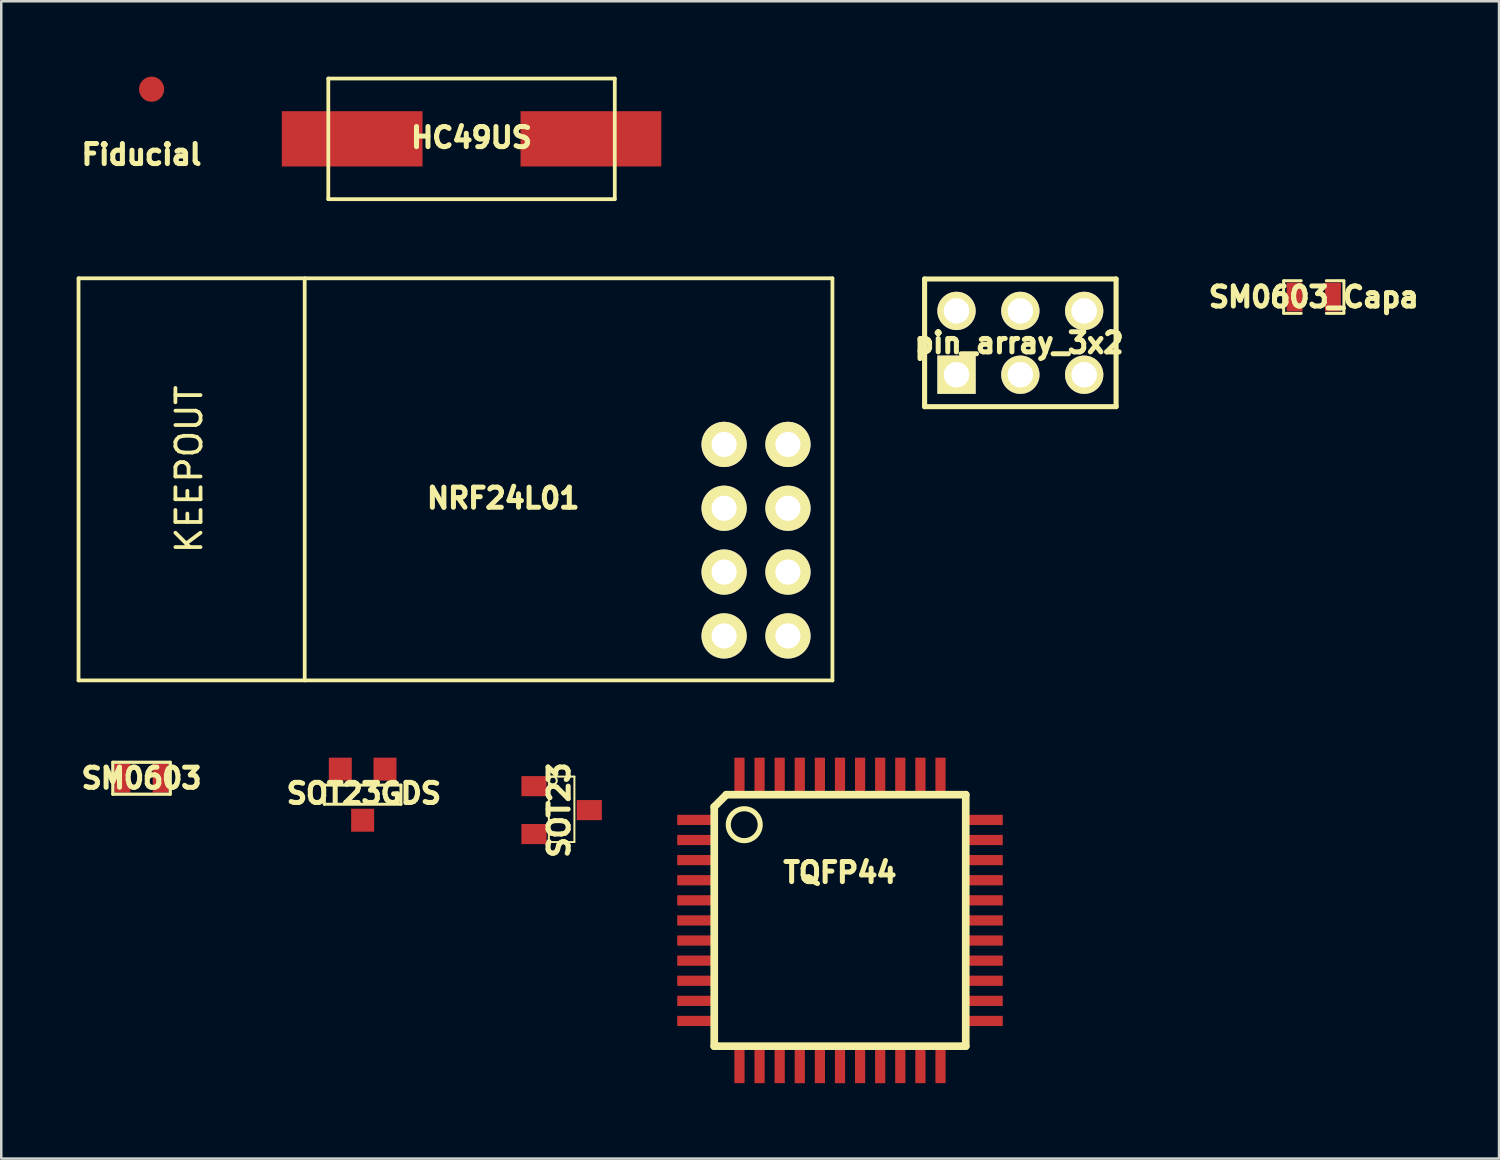
<source format=kicad_pcb>
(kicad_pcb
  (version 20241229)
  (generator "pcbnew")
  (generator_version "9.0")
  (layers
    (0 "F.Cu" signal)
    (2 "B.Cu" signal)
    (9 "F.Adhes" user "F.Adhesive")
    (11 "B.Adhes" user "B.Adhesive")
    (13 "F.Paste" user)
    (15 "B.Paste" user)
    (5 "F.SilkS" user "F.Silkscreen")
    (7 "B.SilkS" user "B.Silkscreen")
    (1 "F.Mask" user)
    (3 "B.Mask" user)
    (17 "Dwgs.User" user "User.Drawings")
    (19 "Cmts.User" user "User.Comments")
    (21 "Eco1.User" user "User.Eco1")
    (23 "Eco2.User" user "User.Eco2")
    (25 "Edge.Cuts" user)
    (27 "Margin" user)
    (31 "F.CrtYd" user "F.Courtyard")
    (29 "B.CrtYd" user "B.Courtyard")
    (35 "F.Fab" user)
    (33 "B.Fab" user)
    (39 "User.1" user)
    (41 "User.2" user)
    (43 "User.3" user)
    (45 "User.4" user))
  (footprint "Fiducial"
    (layer "F.Cu")
    (at 2.982 0.5)
    (property "Reference" "Fiducial" (at -0.4 2.6 0) (layer "F.SilkS") (effects (font (size 0.8 0.8) (thickness 0.2))))
    (attr through_hole)
    (pad "1" smd circle (at 0 0) (size 1 1) (layers "F.Cu" "F.Mask")))
  (footprint "TQFP44"
    (layer "F.Cu")
    (at 30.376 33.577)
    (property "Reference" "TQFP44" (at 0 -1.905 0) (layer "F.SilkS") (effects (font (size 0.8 0.8) (thickness 0.2))))
    (attr smd)
    (fp_line (start -5.004 -4.521) (end -5.004 5.004) (stroke (width 0.305) (type solid)) (layer "F.SilkS"))
    (fp_line (start -5.004 -4.521) (end -4.521 -5.004) (stroke (width 0.305) (type solid)) (layer "F.SilkS"))
    (fp_line (start -4.521 -5.004) (end 5.004 -5.004) (stroke (width 0.305) (type solid)) (layer "F.SilkS"))
    (fp_line (start 5.004 -5.004) (end 5.004 5.004) (stroke (width 0.305) (type solid)) (layer "F.SilkS"))
    (fp_line (start 5.004 5.004) (end -5.004 5.004) (stroke (width 0.305) (type solid)) (layer "F.SilkS"))
    (fp_circle (center -3.81 -3.81) (end -3.81 -3.175) (stroke (width 0.203) (type solid)) (fill no) (layer "F.SilkS"))
    (pad "1" smd rect (at -5.715 -4) (size 1.524 0.406) (layers "F.Cu" "F.Mask" "F.Paste"))
    (pad "2" smd rect (at -5.715 -3.2) (size 1.524 0.406) (layers "F.Cu" "F.Mask" "F.Paste"))
    (pad "3" smd rect (at -5.715 -2.4) (size 1.524 0.406) (layers "F.Cu" "F.Mask" "F.Paste"))
    (pad "4" smd rect (at -5.715 -1.6) (size 1.524 0.406) (layers "F.Cu" "F.Mask" "F.Paste"))
    (pad "5" smd rect (at -5.715 -0.8) (size 1.524 0.406) (layers "F.Cu" "F.Mask" "F.Paste"))
    (pad "6" smd rect (at -5.715 0) (size 1.524 0.406) (layers "F.Cu" "F.Mask" "F.Paste"))
    (pad "7" smd rect (at -5.715 0.8) (size 1.524 0.406) (layers "F.Cu" "F.Mask" "F.Paste"))
    (pad "8" smd rect (at -5.715 1.6) (size 1.524 0.406) (layers "F.Cu" "F.Mask" "F.Paste"))
    (pad "9" smd rect (at -5.715 2.4) (size 1.524 0.406) (layers "F.Cu" "F.Mask" "F.Paste"))
    (pad "10" smd rect (at -5.715 3.2) (size 1.524 0.406) (layers "F.Cu" "F.Mask" "F.Paste"))
    (pad "11" smd rect (at -5.715 4) (size 1.524 0.406) (layers "F.Cu" "F.Mask" "F.Paste"))
    (pad "12" smd rect (at -4 5.715) (size 0.406 1.524) (layers "F.Cu" "F.Mask" "F.Paste"))
    (pad "13" smd rect (at -3.2 5.715) (size 0.406 1.524) (layers "F.Cu" "F.Mask" "F.Paste"))
    (pad "14" smd rect (at -2.4 5.715) (size 0.406 1.524) (layers "F.Cu" "F.Mask" "F.Paste"))
    (pad "15" smd rect (at -1.6 5.715) (size 0.406 1.524) (layers "F.Cu" "F.Mask" "F.Paste"))
    (pad "16" smd rect (at -0.8 5.715) (size 0.406 1.524) (layers "F.Cu" "F.Mask" "F.Paste"))
    (pad "17" smd rect (at 0 5.715) (size 0.406 1.524) (layers "F.Cu" "F.Mask" "F.Paste"))
    (pad "18" smd rect (at 0.8 5.715) (size 0.406 1.524) (layers "F.Cu" "F.Mask" "F.Paste"))
    (pad "19" smd rect (at 1.6 5.715) (size 0.406 1.524) (layers "F.Cu" "F.Mask" "F.Paste"))
    (pad "20" smd rect (at 2.4 5.715) (size 0.406 1.524) (layers "F.Cu" "F.Mask" "F.Paste"))
    (pad "21" smd rect (at 3.2 5.715) (size 0.406 1.524) (layers "F.Cu" "F.Mask" "F.Paste"))
    (pad "22" smd rect (at 4 5.715) (size 0.406 1.524) (layers "F.Cu" "F.Mask" "F.Paste"))
    (pad "23" smd rect (at 5.715 4) (size 1.524 0.406) (layers "F.Cu" "F.Mask" "F.Paste"))
    (pad "24" smd rect (at 5.715 3.2) (size 1.524 0.406) (layers "F.Cu" "F.Mask" "F.Paste"))
    (pad "25" smd rect (at 5.715 2.4) (size 1.524 0.406) (layers "F.Cu" "F.Mask" "F.Paste"))
    (pad "26" smd rect (at 5.715 1.6) (size 1.524 0.406) (layers "F.Cu" "F.Mask" "F.Paste"))
    (pad "27" smd rect (at 5.715 0.8) (size 1.524 0.406) (layers "F.Cu" "F.Mask" "F.Paste"))
    (pad "28" smd rect (at 5.715 0) (size 1.524 0.406) (layers "F.Cu" "F.Mask" "F.Paste"))
    (pad "29" smd rect (at 5.715 -0.8) (size 1.524 0.406) (layers "F.Cu" "F.Mask" "F.Paste"))
    (pad "30" smd rect (at 5.715 -1.6) (size 1.524 0.406) (layers "F.Cu" "F.Mask" "F.Paste"))
    (pad "31" smd rect (at 5.715 -2.4) (size 1.524 0.406) (layers "F.Cu" "F.Mask" "F.Paste"))
    (pad "32" smd rect (at 5.715 -3.2) (size 1.524 0.406) (layers "F.Cu" "F.Mask" "F.Paste"))
    (pad "33" smd rect (at 5.715 -4) (size 1.524 0.406) (layers "F.Cu" "F.Mask" "F.Paste"))
    (pad "34" smd rect (at 4 -5.715) (size 0.406 1.524) (layers "F.Cu" "F.Mask" "F.Paste"))
    (pad "35" smd rect (at 3.2 -5.715) (size 0.406 1.524) (layers "F.Cu" "F.Mask" "F.Paste"))
    (pad "36" smd rect (at 2.4 -5.715) (size 0.406 1.524) (layers "F.Cu" "F.Mask" "F.Paste"))
    (pad "37" smd rect (at 1.6 -5.715) (size 0.406 1.524) (layers "F.Cu" "F.Mask" "F.Paste"))
    (pad "38" smd rect (at 0.8 -5.715) (size 0.406 1.524) (layers "F.Cu" "F.Mask" "F.Paste"))
    (pad "39" smd rect (at 0 -5.715) (size 0.406 1.524) (layers "F.Cu" "F.Mask" "F.Paste"))
    (pad "40" smd rect (at -0.8 -5.715) (size 0.406 1.524) (layers "F.Cu" "F.Mask" "F.Paste"))
    (pad "41" smd rect (at -1.6 -5.715) (size 0.406 1.524) (layers "F.Cu" "F.Mask" "F.Paste"))
    (pad "42" smd rect (at -2.4 -5.715) (size 0.406 1.524) (layers "F.Cu" "F.Mask" "F.Paste"))
    (pad "43" smd rect (at -3.2 -5.715) (size 0.406 1.524) (layers "F.Cu" "F.Mask" "F.Paste"))
    (pad "44" smd rect (at -4 -5.715) (size 0.406 1.524) (layers "F.Cu" "F.Mask" "F.Paste")))
  (footprint "NRF24L01"
    (layer "F.Cu")
    (at 29.575 23.525)
    (property "Reference" "NRF24L01" (at -12.6 -6.75 0) (layer "F.SilkS") (effects (font (size 0.8 0.8) (thickness 0.2))))
    (attr through_hole)
    (fp_line (start -29.5 -15.5) (end -29.5 0.5) (stroke (width 0.15) (type solid)) (layer "F.SilkS"))
    (fp_line (start -29.5 0.5) (end 0.5 0.5) (stroke (width 0.15) (type solid)) (layer "F.SilkS"))
    (fp_line (start -20.5 -15.5) (end -20.5 0.5) (stroke (width 0.15) (type solid)) (layer "F.SilkS"))
    (fp_line (start 0.5 -15.5) (end -29.5 -15.5) (stroke (width 0.15) (type solid)) (layer "F.SilkS"))
    (fp_line (start 0.5 0.5) (end 0.5 -15.5) (stroke (width 0.15) (type solid)) (layer "F.SilkS"))
    (fp_text user "KEEPOUT" (at -25.1 -7.9 90) (layer "F.SilkS") (effects (font (size 1 1) (thickness 0.15))))
    (pad "1" thru_hole circle (at -1.27 -1.27) (size 1.8 1.8) (drill 1) (layers "*.Cu" "*.Mask" "F.SilkS"))
    (pad "2" thru_hole circle (at -3.81 -1.27) (size 1.8 1.8) (drill 1) (layers "*.Cu" "*.Mask" "F.SilkS"))
    (pad "3" thru_hole circle (at -1.27 -3.81) (size 1.8 1.8) (drill 1) (layers "*.Cu" "*.Mask" "F.SilkS"))
    (pad "4" thru_hole circle (at -3.81 -3.81) (size 1.8 1.8) (drill 1) (layers "*.Cu" "*.Mask" "F.SilkS"))
    (pad "5" thru_hole circle (at -1.27 -6.35) (size 1.8 1.8) (drill 1) (layers "*.Cu" "*.Mask" "F.SilkS"))
    (pad "6" thru_hole circle (at -3.81 -6.35) (size 1.8 1.8) (drill 1) (layers "*.Cu" "*.Mask" "F.SilkS"))
    (pad "7" thru_hole circle (at -1.27 -8.89) (size 1.8 1.8) (drill 1) (layers "*.Cu" "*.Mask" "F.SilkS"))
    (pad "8" thru_hole circle (at -3.81 -8.89) (size 1.8 1.8) (drill 1) (layers "*.Cu" "*.Mask" "F.SilkS")))
  (footprint "HC49US"
    (layer "F.Cu")
    (at 15.714 2.475)
    (property "Reference" "HC49US" (at 0 -0.05 0) (layer "F.SilkS") (effects (font (size 0.8 0.8) (thickness 0.2))))
    (attr through_hole)
    (fp_line (start -5.7 -2.4) (end 5.7 -2.4) (stroke (width 0.15) (type solid)) (layer "F.SilkS"))
    (fp_line (start -5.7 2.4) (end -5.7 -2.4) (stroke (width 0.15) (type solid)) (layer "F.SilkS"))
    (fp_line (start 5.7 -2.4) (end 5.7 2.4) (stroke (width 0.15) (type solid)) (layer "F.SilkS"))
    (fp_line (start 5.7 2.4) (end -5.7 2.4) (stroke (width 0.15) (type solid)) (layer "F.SilkS"))
    (pad "1" smd rect (at -4.75 0) (size 5.6 2.2) (layers "F.Cu" "F.Mask" "F.Paste"))
    (pad "2" smd rect (at 4.75 0) (size 5.6 2.2) (layers "F.Cu" "F.Mask" "F.Paste")))
  (footprint "SOT23"
    (layer "F.Cu")
    (at 19.299 29.187)
    (property "Reference" "SOT23" (at -0.1 0 270) (layer "F.SilkS") (effects (font (size 0.8 0.8) (thickness 0.2))))
    (attr through_hole)
    (fp_line (start -0.508 1.27) (end -0.508 -1.333) (stroke (width 0.079) (type solid)) (layer "F.SilkS"))
    (fp_line (start 0.508 -1.333) (end -0.508 -1.333) (stroke (width 0.079) (type solid)) (layer "F.SilkS"))
    (fp_line (start 0.508 -1.333) (end 0.508 1.27) (stroke (width 0.079) (type solid)) (layer "F.SilkS"))
    (fp_line (start 0.508 1.27) (end -0.508 1.27) (stroke (width 0.079) (type solid)) (layer "F.SilkS"))
    (fp_circle (center -0.351 -1.176) (end -0.45 -1.3) (stroke (width 0.079) (type solid)) (fill no) (layer "F.SilkS"))
    (pad "1" smd rect (at -1.1 -0.953 270) (size 0.8 1.001) (layers "F.Cu" "F.Mask" "F.Paste"))
    (pad "2" smd rect (at -1.1 0.953 270) (size 0.8 1.001) (layers "F.Cu" "F.Mask" "F.Paste"))
    (pad "3" smd rect (at 1.1 0 270) (size 0.8 1.001) (layers "F.Cu" "F.Mask" "F.Paste")))
  (footprint "SOT23GDS"
    (layer "F.Cu")
    (at 11.381 28.573)
    (property "Reference" "SOT23GDS" (at 0.05 -0.05 0) (layer "F.SilkS") (effects (font (size 0.8 0.8) (thickness 0.2))))
    (attr smd)
    (fp_line (start -1.524 -0.381) (end 1.524 -0.381) (stroke (width 0.119) (type solid)) (layer "F.SilkS"))
    (fp_line (start -1.524 0.381) (end -1.524 -0.381) (stroke (width 0.119) (type solid)) (layer "F.SilkS"))
    (fp_line (start 1.524 -0.381) (end 1.524 0.381) (stroke (width 0.119) (type solid)) (layer "F.SilkS"))
    (fp_line (start 1.524 0.381) (end -1.524 0.381) (stroke (width 0.119) (type solid)) (layer "F.SilkS"))
    (pad "D" smd rect (at 0 1.016) (size 0.914 0.914) (layers "F.Cu" "F.Mask" "F.Paste"))
    (pad "G" smd rect (at 0.889 -1.016) (size 0.914 0.914) (layers "F.Cu" "F.Mask" "F.Paste"))
    (pad "S" smd rect (at -0.889 -1.016) (size 0.914 0.914) (layers "F.Cu" "F.Mask" "F.Paste")))
  (footprint "pin_array_3x2"
    (layer "F.Cu")
    (at 37.553 10.592)
    (property "Reference" "pin_array_3x2" (at -0.05 0 0) (layer "F.SilkS") (effects (font (size 0.8 0.8) (thickness 0.2))))
    (attr through_hole)
    (fp_line (start -3.81 -2.54) (end 3.81 -2.54) (stroke (width 0.203) (type solid)) (layer "F.SilkS"))
    (fp_line (start -3.81 2.54) (end -3.81 -2.54) (stroke (width 0.203) (type solid)) (layer "F.SilkS"))
    (fp_line (start 3.81 -2.54) (end 3.81 2.54) (stroke (width 0.203) (type solid)) (layer "F.SilkS"))
    (fp_line (start 3.81 2.54) (end -3.81 2.54) (stroke (width 0.203) (type solid)) (layer "F.SilkS"))
    (pad "1" thru_hole rect (at -2.54 1.27) (size 1.524 1.524) (drill 1.016) (layers "*.Cu" "*.Mask" "F.SilkS"))
    (pad "2" thru_hole circle (at -2.54 -1.27) (size 1.524 1.524) (drill 1.016) (layers "*.Cu" "*.Mask" "F.SilkS"))
    (pad "3" thru_hole circle (at 0 1.27) (size 1.524 1.524) (drill 1.016) (layers "*.Cu" "*.Mask" "F.SilkS"))
    (pad "4" thru_hole circle (at 0 -1.27) (size 1.524 1.524) (drill 1.016) (layers "*.Cu" "*.Mask" "F.SilkS"))
    (pad "5" thru_hole circle (at 2.54 1.27) (size 1.524 1.524) (drill 1.016) (layers "*.Cu" "*.Mask" "F.SilkS"))
    (pad "6" thru_hole circle (at 2.54 -1.27) (size 1.524 1.524) (drill 1.016) (layers "*.Cu" "*.Mask" "F.SilkS")))
  (footprint "SM0603_Capa"
    (layer "F.Cu")
    (at 49.229 8.769)
    (property "Reference" "SM0603_Capa" (at 0 0 0) (layer "F.SilkS") (effects (font (size 0.8 0.8) (thickness 0.2))))
    (attr smd)
    (fp_line (start -1.199 -0.65) (end -0.5 -0.65) (stroke (width 0.119) (type solid)) (layer "F.SilkS"))
    (fp_line (start -1.199 0.635) (end -1.199 -0.635) (stroke (width 0.119) (type solid)) (layer "F.SilkS"))
    (fp_line (start -0.5 0.65) (end -1.199 0.65) (stroke (width 0.119) (type solid)) (layer "F.SilkS"))
    (fp_line (start 0.5 -0.65) (end 1.199 -0.65) (stroke (width 0.119) (type solid)) (layer "F.SilkS"))
    (fp_line (start 0.5 0.65) (end 1.199 0.65) (stroke (width 0.119) (type solid)) (layer "F.SilkS"))
    (fp_line (start 1.199 -0.635) (end 1.199 0.635) (stroke (width 0.119) (type solid)) (layer "F.SilkS"))
    (pad "1" smd rect (at -0.762 0) (size 0.635 1.143) (layers "F.Cu" "F.Mask" "F.Paste"))
    (pad "2" smd rect (at 0.762 0) (size 0.635 1.143) (layers "F.Cu" "F.Mask" "F.Paste")))
  (footprint "SM0603"
    (layer "F.Cu")
    (at 2.582 27.919)
    (property "Reference" "SM0603" (at 0 0 0) (layer "F.SilkS") (effects (font (size 0.8 0.8) (thickness 0.2))))
    (attr smd)
    (fp_line (start -1.143 -0.635) (end 1.143 -0.635) (stroke (width 0.127) (type solid)) (layer "F.SilkS"))
    (fp_line (start -1.143 0.635) (end -1.143 -0.635) (stroke (width 0.127) (type solid)) (layer "F.SilkS"))
    (fp_line (start 1.143 -0.635) (end 1.143 0.635) (stroke (width 0.127) (type solid)) (layer "F.SilkS"))
    (fp_line (start 1.143 0.635) (end -1.143 0.635) (stroke (width 0.127) (type solid)) (layer "F.SilkS"))
    (pad "1" smd rect (at -0.762 0) (size 0.635 1.143) (layers "F.Cu" "F.Mask" "F.Paste"))
    (pad "2" smd rect (at 0.762 0) (size 0.635 1.143) (layers "F.Cu" "F.Mask" "F.Paste")))
  (gr_rect
    (start -3 -3)
    (end 56.601 43.054)
    (stroke (width 0.1) (type default))
    (fill no)
    (layer "Edge.Cuts")))
</source>
